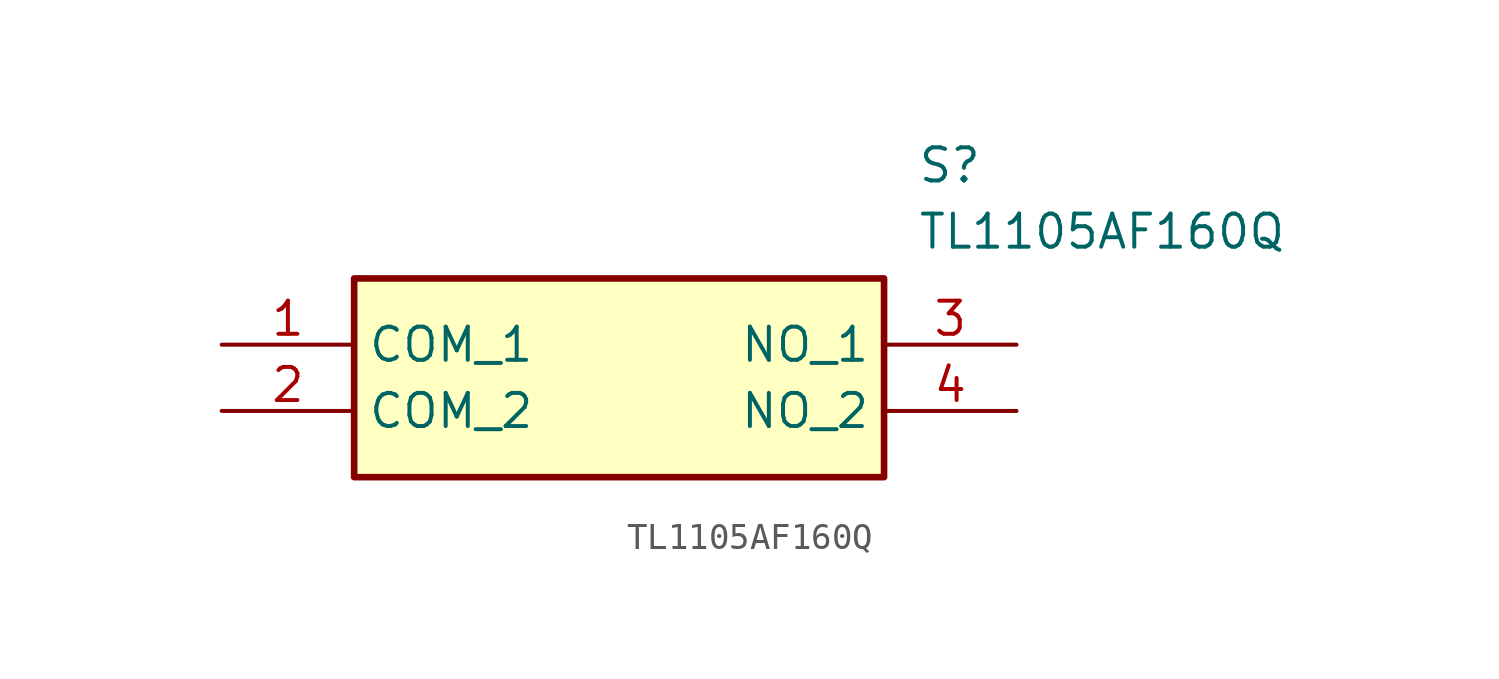
<source format=kicad_sym>
(kicad_symbol_lib
  (version 20211014)
  (generator SamacSys_ECAD_Model)
  (symbol "TL1105AF160Q"
    (property "Reference" "S"
      (at 26.67 7.62 0)
      (effects (font (size 1.27 1.27)) (justify left top)))
    (property "Value" "TL1105AF160Q"
      (at 26.67 5.08 0)
      (effects (font (size 1.27 1.27)) (justify left top)))
    (rectangle
      (start 5.08 2.54)
      (end 25.4 -5.08)
      (stroke (width 0.254) (type default))
      (fill (type background)))
    (pin passive line
      (at 0 0 0)
      (length 5.08)
      (name "COM_1" (effects (font (size 1.27 1.27))))
      (number "1" (effects (font (size 1.27 1.27)))))
    (pin passive line
      (at 0 -2.54 0)
      (length 5.08)
      (name "COM_2" (effects (font (size 1.27 1.27))))
      (number "2" (effects (font (size 1.27 1.27)))))
    (pin passive line
      (at 30.48 0 180)
      (length 5.08)
      (name "NO_1" (effects (font (size 1.27 1.27))))
      (number "3" (effects (font (size 1.27 1.27)))))
    (pin passive line
      (at 30.48 -2.54 180)
      (length 5.08)
      (name "NO_2" (effects (font (size 1.27 1.27))))
      (number "4" (effects (font (size 1.27 1.27)))))))
</source>
